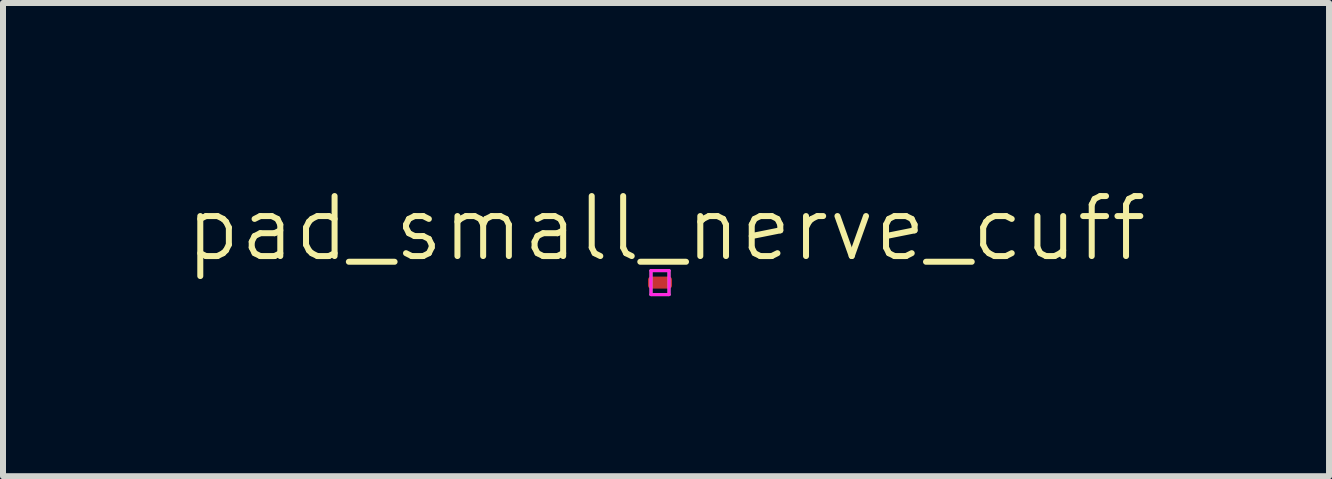
<source format=kicad_pcb>
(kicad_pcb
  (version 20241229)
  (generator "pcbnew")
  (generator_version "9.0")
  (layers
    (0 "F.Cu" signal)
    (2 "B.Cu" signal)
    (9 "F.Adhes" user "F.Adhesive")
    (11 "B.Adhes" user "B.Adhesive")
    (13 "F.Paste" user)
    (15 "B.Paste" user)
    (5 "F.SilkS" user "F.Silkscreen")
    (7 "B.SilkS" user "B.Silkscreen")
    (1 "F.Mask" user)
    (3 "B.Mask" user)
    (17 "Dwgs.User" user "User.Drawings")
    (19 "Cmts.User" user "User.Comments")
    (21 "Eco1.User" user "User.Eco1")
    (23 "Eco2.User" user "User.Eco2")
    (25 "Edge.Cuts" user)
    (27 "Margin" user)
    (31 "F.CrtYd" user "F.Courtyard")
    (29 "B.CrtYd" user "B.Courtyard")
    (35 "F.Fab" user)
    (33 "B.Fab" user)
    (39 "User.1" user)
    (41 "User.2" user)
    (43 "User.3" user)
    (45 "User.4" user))
  (footprint "pad_small_nerve_cuff"
    (layer "F.Cu")
    (at 8.05 1.26)
    (property "Reference" "pad_small_nerve_cuff" (at 0 -0.5 0) (unlocked yes) (layer "F.SilkS") (effects (font (size 1 1) (thickness 0.1))))
    (attr smd)
    (fp_line (start -0.25 0.2) (end -0.25 0.6) (stroke (width 0.05) (type solid)) (layer "F.CrtYd"))
    (fp_line (start 0.05 0.2) (end -0.25 0.2) (stroke (width 0.05) (type solid)) (layer "F.CrtYd"))
    (fp_line (start 0.05 0.2) (end 0.05 0.6) (stroke (width 0.05) (type solid)) (layer "F.CrtYd"))
    (fp_line (start 0.05 0.6) (end -0.25 0.6) (stroke (width 0.05) (type solid)) (layer "F.CrtYd"))
    (fp_line (start -0.25 0.2) (end -0.25 0.6) (stroke (width 0.05) (type solid)) (layer "F.Fab"))
    (fp_line (start 0.05 0.2) (end -0.25 0.2) (stroke (width 0.05) (type solid)) (layer "F.Fab"))
    (fp_line (start 0.05 0.2) (end 0.05 0.6) (stroke (width 0.05) (type solid)) (layer "F.Fab"))
    (fp_line (start 0.05 0.6) (end -0.25 0.6) (stroke (width 0.05) (type solid)) (layer "F.Fab"))
    (pad "1" smd roundrect (at -0.1 0.4) (size 0.4 0.2) (layers "F.Cu" "F.Mask" "F.Paste") (roundrect_rratio 0.25)))
  (gr_rect
    (start -3 -3)
    (end 19.1 4.886)
    (stroke (width 0.1) (type default))
    (fill no)
    (layer "Edge.Cuts")))
</source>
